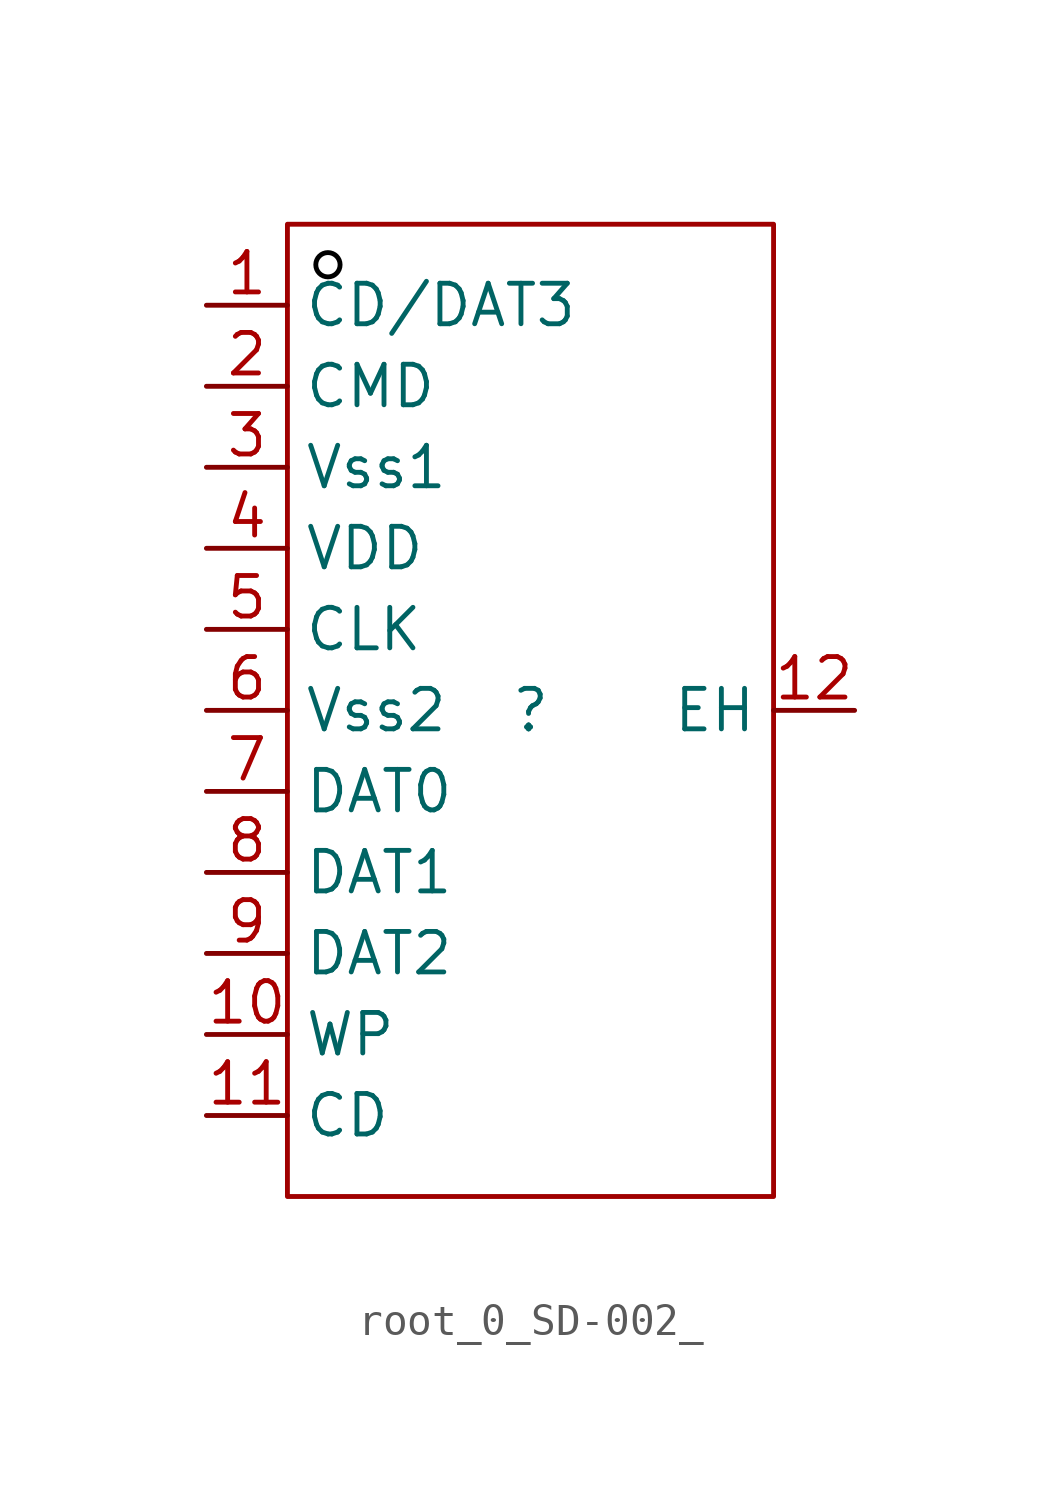
<source format=kicad_sym>
(kicad_symbol_lib
  (version 20241209)
  (generator "kicad_symbol_editor")
  (generator_version "9.0")
  (symbol "root_0_SD-002_"
    (property "Reference" ""
      (at 0 0 0)
      (effects (font (size 1.27 1.27))))
    (property "Value" ""
      (at 0 0 0)
      (effects (font (size 1.27 1.27))))
    (symbol "root_0_SD-002__1_0"
      (rectangle (start -7.62 15.24) (end 7.62 -15.24) (stroke (width 0) (type solid) (color 160 0 0 1)) (fill (type none)))
      (circle (center -6.35 13.97) (radius 0.381) (stroke (width 0) (type solid) (color 0 0 0 1)) (fill (type none)))
      (pin passive line (at -10.16 12.7 0) (length 2.54) (name "CD/DAT3" (effects (font (size 1.27 1.27)))) (number "1" (effects (font (size 1.27 1.27)))))
      (pin passive line (at -10.16 10.16 0) (length 2.54) (name "CMD" (effects (font (size 1.27 1.27)))) (number "2" (effects (font (size 1.27 1.27)))))
      (pin passive line (at -10.16 7.62 0) (length 2.54) (name "Vss1" (effects (font (size 1.27 1.27)))) (number "3" (effects (font (size 1.27 1.27)))))
      (pin passive line (at -10.16 5.08 0) (length 2.54) (name "VDD" (effects (font (size 1.27 1.27)))) (number "4" (effects (font (size 1.27 1.27)))))
      (pin passive line (at -10.16 2.54 0) (length 2.54) (name "CLK" (effects (font (size 1.27 1.27)))) (number "5" (effects (font (size 1.27 1.27)))))
      (pin passive line (at -10.16 0 0) (length 2.54) (name "Vss2" (effects (font (size 1.27 1.27)))) (number "6" (effects (font (size 1.27 1.27)))))
      (pin passive line (at -10.16 -2.54 0) (length 2.54) (name "DAT0" (effects (font (size 1.27 1.27)))) (number "7" (effects (font (size 1.27 1.27)))))
      (pin passive line (at -10.16 -5.08 0) (length 2.54) (name "DAT1" (effects (font (size 1.27 1.27)))) (number "8" (effects (font (size 1.27 1.27)))))
      (pin passive line (at -10.16 -7.62 0) (length 2.54) (name "DAT2" (effects (font (size 1.27 1.27)))) (number "9" (effects (font (size 1.27 1.27)))))
      (pin passive line (at -10.16 -10.16 0) (length 2.54) (name "WP" (effects (font (size 1.27 1.27)))) (number "10" (effects (font (size 1.27 1.27)))))
      (pin passive line (at -10.16 -12.7 0) (length 2.54) (name "CD" (effects (font (size 1.27 1.27)))) (number "11" (effects (font (size 1.27 1.27)))))
      (pin passive line (at 10.16 0 180) (length 2.54) (name "EH" (effects (font (size 1.27 1.27)))) (number "12" (effects (font (size 1.27 1.27))))))))
</source>
